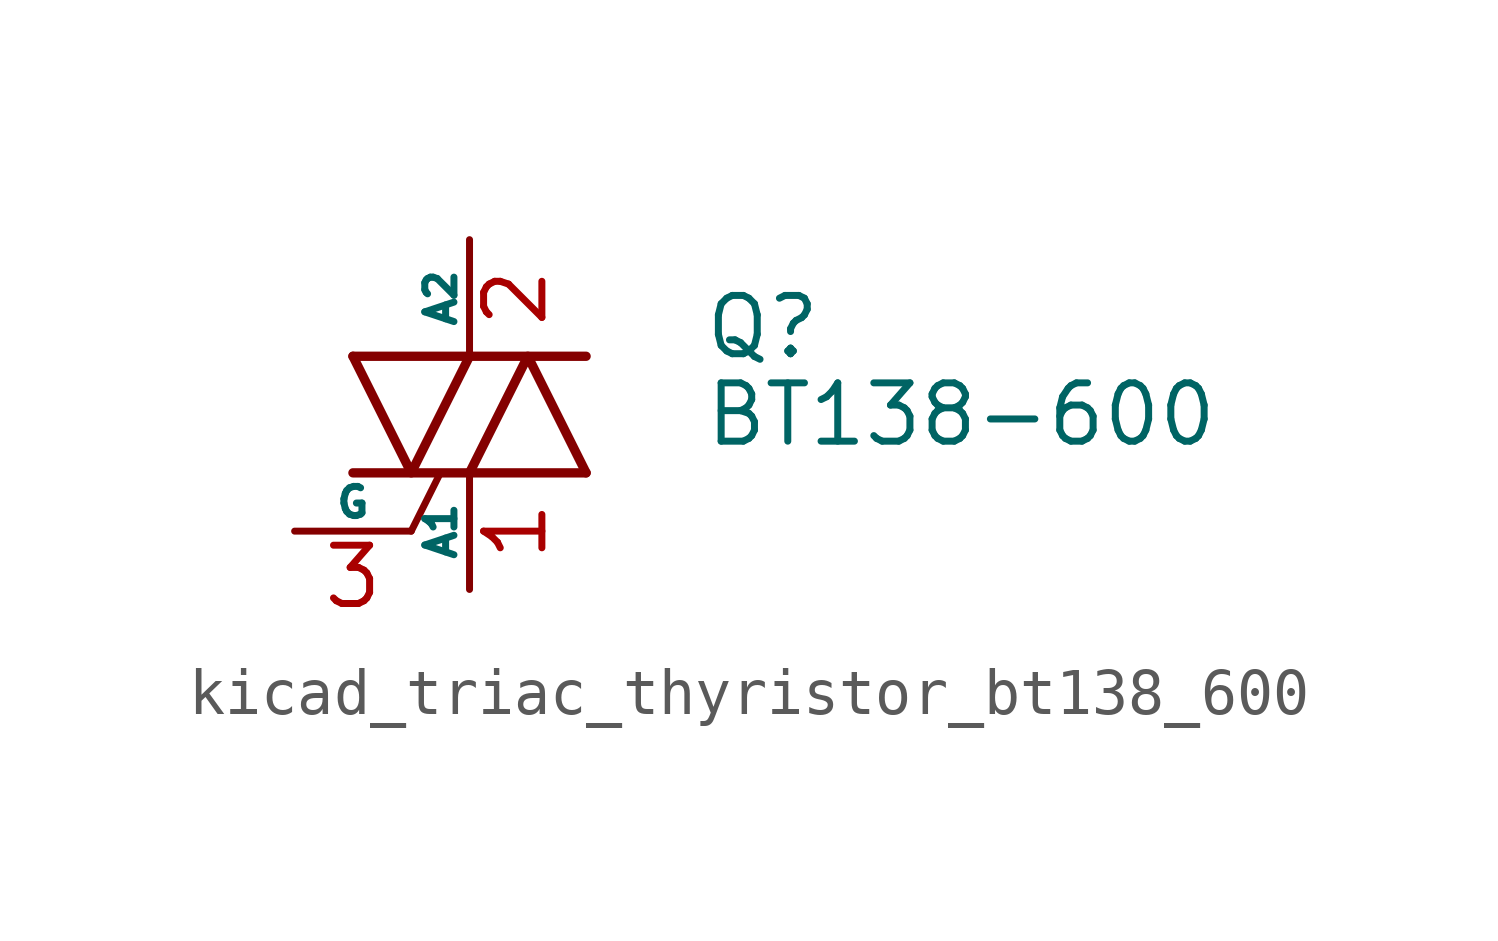
<source format=kicad_sym>
(kicad_symbol_lib
  (version 20220914)
  (generator kicad_symbol_editor)
  (symbol "kicad_triac_thyristor_bt138_600"
    (pin_names
      (offset 0))
    (property "Reference" "Q"
      (at 5.08 1.905 0)
      (effects (font (size 1.27 1.27)) (justify left)))
    (property "Value" "BT138-600"
      (at 5.08 0 0)
      (effects (font (size 1.27 1.27)) (justify left)))
    (symbol "kicad_triac_thyristor_bt138_600_0_1"
      (polyline (pts (xy -2.54 -1.27) (xy 2.54 -1.27)) (stroke (width 0.203) (type default)) (fill (type none)))
      (polyline (pts (xy -2.54 1.27) (xy 2.54 1.27)) (stroke (width 0.203) (type default)) (fill (type none)))
      (polyline (pts (xy -1.27 -2.54) (xy -0.635 -1.27)) (stroke (width 0) (type default)) (fill (type none)))
      (polyline (pts (xy -2.54 1.27) (xy -1.27 -1.27) (xy 0 1.27)) (stroke (width 0.203) (type default)) (fill (type none)))
      (polyline (pts (xy 0 -1.27) (xy 1.27 1.27) (xy 2.54 -1.27)) (stroke (width 0.203) (type default)) (fill (type none))))
    (symbol "kicad_triac_thyristor_bt138_600_1_1"
      (pin passive line (at 0 -3.81 90) (length 2.54) (name "A1" (effects (font (size 0.635 0.635)))) (number "1" (effects (font (size 1.27 1.27)))))
      (pin passive line (at 0 3.81 270) (length 2.54) (name "A2" (effects (font (size 0.635 0.635)))) (number "2" (effects (font (size 1.27 1.27)))))
      (pin input line (at -3.81 -2.54 0) (length 2.54) (name "G" (effects (font (size 0.635 0.635)))) (number "3" (effects (font (size 1.27 1.27))))))))
</source>
